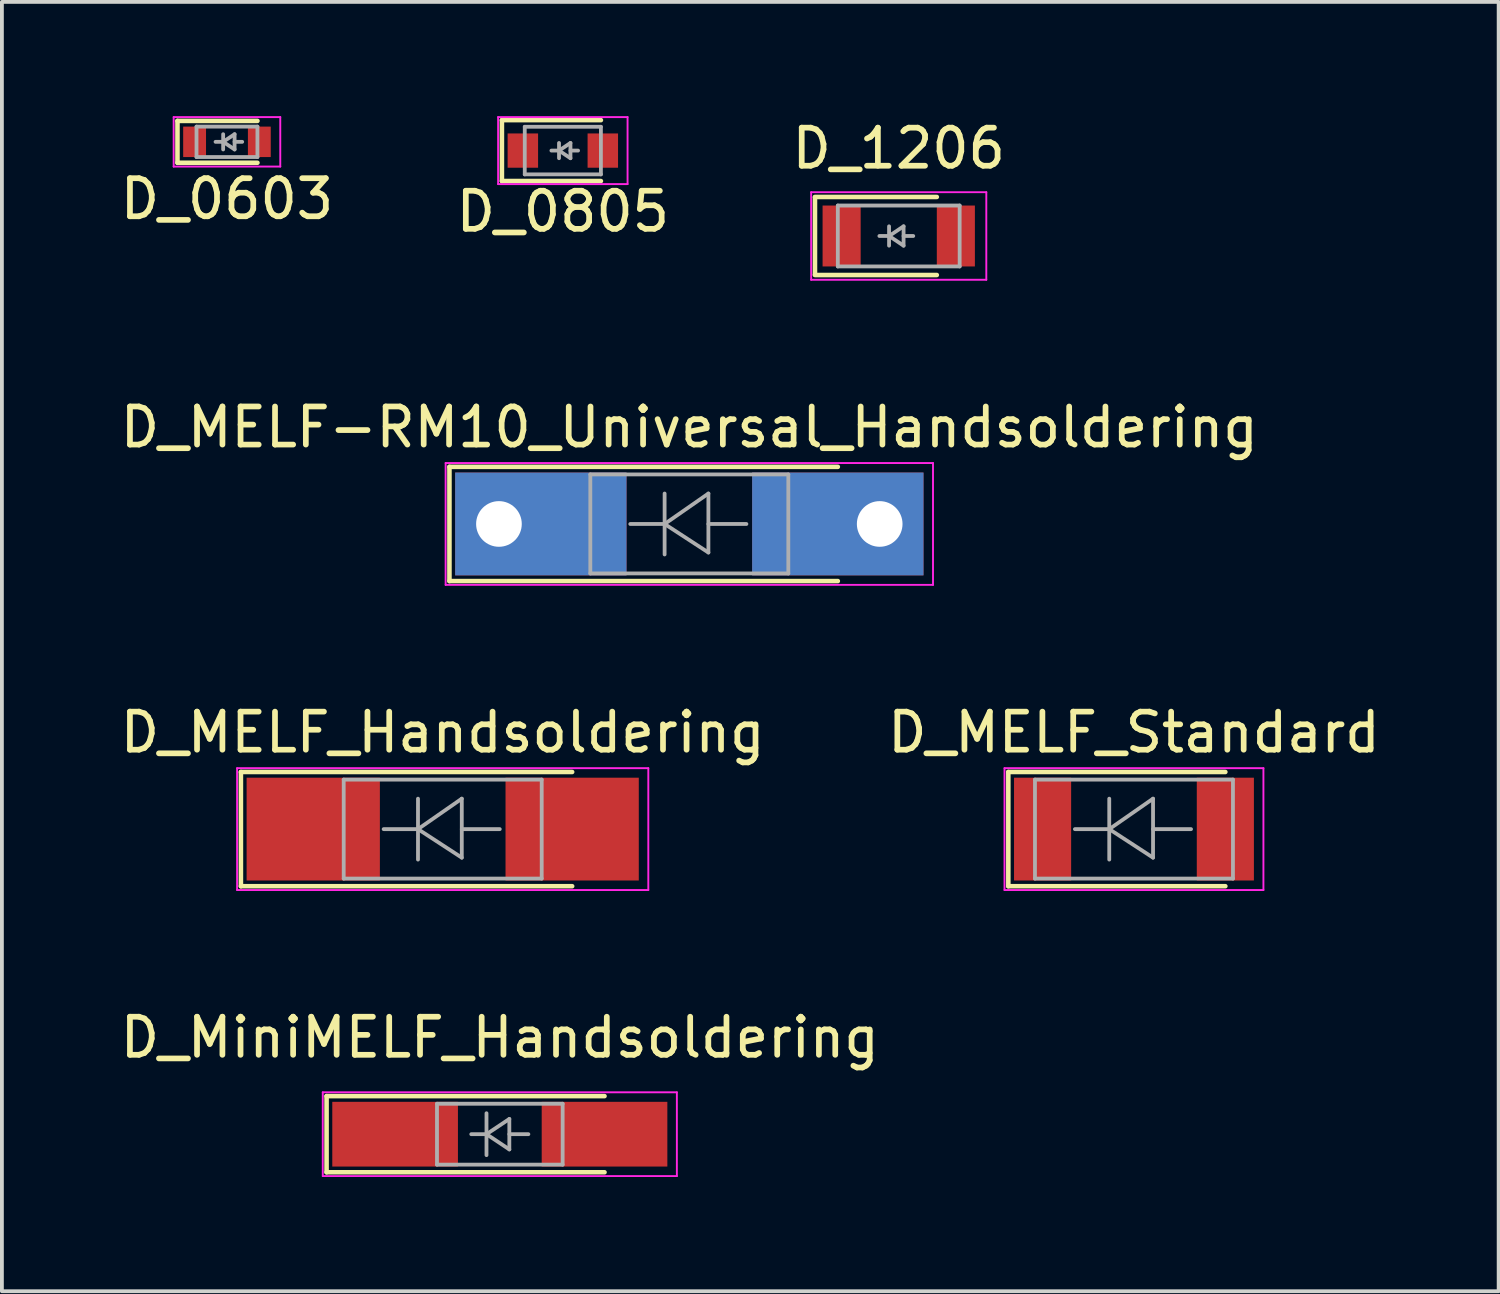
<source format=kicad_pcb>
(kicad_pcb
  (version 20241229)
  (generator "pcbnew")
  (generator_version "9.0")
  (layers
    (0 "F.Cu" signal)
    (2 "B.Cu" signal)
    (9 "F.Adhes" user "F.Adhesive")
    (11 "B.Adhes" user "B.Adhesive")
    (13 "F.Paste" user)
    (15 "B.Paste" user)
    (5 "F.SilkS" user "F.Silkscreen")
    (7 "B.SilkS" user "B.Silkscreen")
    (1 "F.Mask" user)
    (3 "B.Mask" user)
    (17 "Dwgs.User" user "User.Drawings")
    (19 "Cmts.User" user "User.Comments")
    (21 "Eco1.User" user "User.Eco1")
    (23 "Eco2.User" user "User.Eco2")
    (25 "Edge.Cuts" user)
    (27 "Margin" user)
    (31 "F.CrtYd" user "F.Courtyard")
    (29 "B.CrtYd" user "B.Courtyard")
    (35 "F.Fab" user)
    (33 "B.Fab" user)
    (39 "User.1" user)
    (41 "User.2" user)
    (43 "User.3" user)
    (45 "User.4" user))
  (footprint "D_0603"
    (layer "F.Cu")
    (at 2.911 0.675)
    (property "Reference" "D_0603" (at 0 1.5 0) (layer "F.SilkS") (effects (font (size 1 1) (thickness 0.15))))
    (attr smd)
    (fp_line (start -1.3 -0.55) (end -1.3 0.55) (stroke (width 0.12) (type solid)) (layer "F.SilkS"))
    (fp_line (start -1.3 -0.55) (end 0.8 -0.55) (stroke (width 0.12) (type solid)) (layer "F.SilkS"))
    (fp_line (start -1.3 0.55) (end 0.8 0.55) (stroke (width 0.12) (type solid)) (layer "F.SilkS"))
    (fp_line (start -1.4 -0.65) (end -1.4 0.65) (stroke (width 0.05) (type solid)) (layer "F.CrtYd"))
    (fp_line (start -1.4 0.65) (end 1.4 0.65) (stroke (width 0.05) (type solid)) (layer "F.CrtYd"))
    (fp_line (start 1.4 -0.65) (end -1.4 -0.65) (stroke (width 0.05) (type solid)) (layer "F.CrtYd"))
    (fp_line (start 1.4 0.65) (end 1.4 -0.65) (stroke (width 0.05) (type solid)) (layer "F.CrtYd"))
    (fp_line (start -0.8 -0.4) (end 0.8 -0.4) (stroke (width 0.1) (type solid)) (layer "F.Fab"))
    (fp_line (start -0.8 0.4) (end -0.8 -0.4) (stroke (width 0.1) (type solid)) (layer "F.Fab"))
    (fp_line (start -0.1 -0.2) (end -0.1 0.2) (stroke (width 0.1) (type solid)) (layer "F.Fab"))
    (fp_line (start -0.1 0) (end -0.3 0) (stroke (width 0.1) (type solid)) (layer "F.Fab"))
    (fp_line (start -0.1 0) (end 0.2 0.2) (stroke (width 0.1) (type solid)) (layer "F.Fab"))
    (fp_line (start 0.2 -0.2) (end -0.1 0) (stroke (width 0.1) (type solid)) (layer "F.Fab"))
    (fp_line (start 0.2 0) (end 0.4 0) (stroke (width 0.1) (type solid)) (layer "F.Fab"))
    (fp_line (start 0.2 0.2) (end 0.2 -0.2) (stroke (width 0.1) (type solid)) (layer "F.Fab"))
    (fp_line (start 0.8 -0.4) (end 0.8 0.4) (stroke (width 0.1) (type solid)) (layer "F.Fab"))
    (fp_line (start 0.8 0.4) (end -0.8 0.4) (stroke (width 0.1) (type solid)) (layer "F.Fab"))
    (pad "1" smd rect (at -0.85 0) (size 0.6 0.8) (layers "F.Cu" "F.Mask" "F.Paste"))
    (pad "2" smd rect (at 0.85 0) (size 0.6 0.8) (layers "F.Cu" "F.Mask" "F.Paste")))
  (footprint "D_MELF_Standard"
    (layer "F.Cu")
    (at 26.732 18.725)
    (property "Reference" "D_MELF_Standard" (at 0 -2.54 0) (layer "F.SilkS") (effects (font (size 1 1) (thickness 0.15))))
    (attr smd)
    (fp_line (start -3.3 -1.5) (end -3.3 1.5) (stroke (width 0.12) (type solid)) (layer "F.SilkS"))
    (fp_line (start -3.3 1.5) (end 2.4 1.5) (stroke (width 0.12) (type solid)) (layer "F.SilkS"))
    (fp_line (start 2.4 -1.5) (end -3.3 -1.5) (stroke (width 0.12) (type solid)) (layer "F.SilkS"))
    (fp_line (start -3.4 -1.6) (end 3.4 -1.6) (stroke (width 0.05) (type solid)) (layer "F.CrtYd"))
    (fp_line (start -3.4 1.6) (end -3.4 -1.6) (stroke (width 0.05) (type solid)) (layer "F.CrtYd"))
    (fp_line (start 3.4 -1.6) (end 3.4 1.6) (stroke (width 0.05) (type solid)) (layer "F.CrtYd"))
    (fp_line (start 3.4 1.6) (end -3.4 1.6) (stroke (width 0.05) (type solid)) (layer "F.CrtYd"))
    (fp_line (start -2.6 -1.3) (end -2.6 1.3) (stroke (width 0.1) (type solid)) (layer "F.Fab"))
    (fp_line (start -2.6 1.3) (end 2.6 1.3) (stroke (width 0.1) (type solid)) (layer "F.Fab"))
    (fp_line (start -0.649 -0.799) (end -0.649 0.801) (stroke (width 0.1) (type solid)) (layer "F.Fab"))
    (fp_line (start -0.649 0.001) (end -1.551 0.001) (stroke (width 0.1) (type solid)) (layer "F.Fab"))
    (fp_line (start -0.649 0.001) (end 0.501 -0.799) (stroke (width 0.1) (type solid)) (layer "F.Fab"))
    (fp_line (start -0.649 0.001) (end 0.501 0.75) (stroke (width 0.1) (type solid)) (layer "F.Fab"))
    (fp_line (start 0.501 0.001) (end 1.499 0.001) (stroke (width 0.1) (type solid)) (layer "F.Fab"))
    (fp_line (start 0.501 0.75) (end 0.501 -0.799) (stroke (width 0.1) (type solid)) (layer "F.Fab"))
    (fp_line (start 2.6 -1.3) (end -2.6 -1.3) (stroke (width 0.1) (type solid)) (layer "F.Fab"))
    (fp_line (start 2.6 1.3) (end 2.6 -1.3) (stroke (width 0.1) (type solid)) (layer "F.Fab"))
    (pad "1" smd rect (at -2.4 0) (size 1.5 2.7) (layers "F.Cu" "F.Mask" "F.Paste"))
    (pad "2" smd rect (at 2.4 0) (size 1.5 2.7) (layers "F.Cu" "F.Mask" "F.Paste")))
  (footprint "D_MELF-RM10_Universal_Handsoldering"
    (layer "F.Cu")
    (at 15.054 10.711)
    (property "Reference" "D_MELF-RM10_Universal_Handsoldering" (at 0 -2.54 0) (layer "F.SilkS") (effects (font (size 1 1) (thickness 0.15))))
    (attr through_hole)
    (fp_line (start -6.3 -1.5) (end -6.3 1.5) (stroke (width 0.12) (type solid)) (layer "F.SilkS"))
    (fp_line (start -6.3 1.5) (end 3.9 1.5) (stroke (width 0.12) (type solid)) (layer "F.SilkS"))
    (fp_line (start 3.9 -1.5) (end -6.3 -1.5) (stroke (width 0.12) (type solid)) (layer "F.SilkS"))
    (fp_line (start -6.4 -1.6) (end 6.4 -1.6) (stroke (width 0.05) (type solid)) (layer "F.CrtYd"))
    (fp_line (start -6.4 1.6) (end -6.4 -1.6) (stroke (width 0.05) (type solid)) (layer "F.CrtYd"))
    (fp_line (start 6.4 -1.6) (end 6.4 1.6) (stroke (width 0.05) (type solid)) (layer "F.CrtYd"))
    (fp_line (start 6.4 1.6) (end -6.4 1.6) (stroke (width 0.05) (type solid)) (layer "F.CrtYd"))
    (fp_line (start -2.6 -1.3) (end -2.6 1.3) (stroke (width 0.1) (type solid)) (layer "F.Fab"))
    (fp_line (start -2.6 1.3) (end 2.6 1.3) (stroke (width 0.1) (type solid)) (layer "F.Fab"))
    (fp_line (start -0.649 -0.799) (end -0.649 0.801) (stroke (width 0.1) (type solid)) (layer "F.Fab"))
    (fp_line (start -0.649 0.001) (end -1.551 0.001) (stroke (width 0.1) (type solid)) (layer "F.Fab"))
    (fp_line (start -0.649 0.001) (end 0.501 -0.799) (stroke (width 0.1) (type solid)) (layer "F.Fab"))
    (fp_line (start -0.649 0.001) (end 0.501 0.75) (stroke (width 0.1) (type solid)) (layer "F.Fab"))
    (fp_line (start 0.501 0.001) (end 1.499 0.001) (stroke (width 0.1) (type solid)) (layer "F.Fab"))
    (fp_line (start 0.501 0.75) (end 0.501 -0.799) (stroke (width 0.1) (type solid)) (layer "F.Fab"))
    (fp_line (start 2.6 -1.3) (end -2.6 -1.3) (stroke (width 0.1) (type solid)) (layer "F.Fab"))
    (fp_line (start 2.6 1.3) (end 2.6 -1.3) (stroke (width 0.1) (type solid)) (layer "F.Fab"))
    (pad "1" thru_hole rect (at -5 0) (size 4.5 2.7) (drill 1.199 (offset 1.1 0)) (layers "*.Cu" "*.Mask"))
    (pad "2" thru_hole rect (at 5 0 180) (size 4.5 2.7) (drill 1.199 (offset 1.1 0)) (layers "*.Cu" "*.Mask")))
  (footprint "D_1206"
    (layer "F.Cu")
    (at 20.554 3.148)
    (property "Reference" "D_1206" (at 0 -2.3 0) (layer "F.SilkS") (effects (font (size 1 1) (thickness 0.15))))
    (attr smd)
    (fp_line (start -2.2 -1.016) (end -2.2 1.016) (stroke (width 0.12) (type solid)) (layer "F.SilkS"))
    (fp_line (start -2.2 1.025) (end 1 1.025) (stroke (width 0.12) (type solid)) (layer "F.SilkS"))
    (fp_line (start 1 -1.025) (end -2.2 -1.025) (stroke (width 0.12) (type solid)) (layer "F.SilkS"))
    (fp_line (start -2.3 -1.15) (end -2.3 1.15) (stroke (width 0.05) (type solid)) (layer "F.CrtYd"))
    (fp_line (start -2.3 -1.15) (end 2.3 -1.15) (stroke (width 0.05) (type solid)) (layer "F.CrtYd"))
    (fp_line (start -2.3 1.15) (end 2.3 1.15) (stroke (width 0.05) (type solid)) (layer "F.CrtYd"))
    (fp_line (start 2.3 -1.15) (end 2.3 1.15) (stroke (width 0.05) (type solid)) (layer "F.CrtYd"))
    (fp_line (start -1.6 -0.8) (end 1.6 -0.8) (stroke (width 0.1) (type solid)) (layer "F.Fab"))
    (fp_line (start -1.6 0.8) (end -1.6 -0.8) (stroke (width 0.1) (type solid)) (layer "F.Fab"))
    (fp_line (start -0.254 -0.254) (end -0.254 0.254) (stroke (width 0.1) (type solid)) (layer "F.Fab"))
    (fp_line (start -0.254 0) (end -0.508 0) (stroke (width 0.1) (type solid)) (layer "F.Fab"))
    (fp_line (start -0.254 0) (end 0.127 -0.254) (stroke (width 0.1) (type solid)) (layer "F.Fab"))
    (fp_line (start 0.127 -0.254) (end 0.127 0.254) (stroke (width 0.1) (type solid)) (layer "F.Fab"))
    (fp_line (start 0.127 0) (end 0.381 0) (stroke (width 0.1) (type solid)) (layer "F.Fab"))
    (fp_line (start 0.127 0.254) (end -0.254 0) (stroke (width 0.1) (type solid)) (layer "F.Fab"))
    (fp_line (start 1.6 -0.8) (end 1.6 0.8) (stroke (width 0.1) (type solid)) (layer "F.Fab"))
    (fp_line (start 1.6 0.8) (end -1.6 0.8) (stroke (width 0.1) (type solid)) (layer "F.Fab"))
    (pad "1" smd rect (at -1.5 0) (size 1 1.6) (layers "F.Cu" "F.Mask" "F.Paste"))
    (pad "2" smd rect (at 1.5 0) (size 1 1.6) (layers "F.Cu" "F.Mask" "F.Paste")))
  (footprint "D_MELF_Handsoldering"
    (layer "F.Cu")
    (at 8.577 18.725)
    (property "Reference" "D_MELF_Handsoldering" (at 0 -2.54 0) (layer "F.SilkS") (effects (font (size 1 1) (thickness 0.15))))
    (attr smd)
    (fp_line (start -5.3 -1.5) (end -5.3 1.5) (stroke (width 0.12) (type solid)) (layer "F.SilkS"))
    (fp_line (start -5.3 1.5) (end 3.4 1.5) (stroke (width 0.12) (type solid)) (layer "F.SilkS"))
    (fp_line (start 3.4 -1.5) (end -5.3 -1.5) (stroke (width 0.12) (type solid)) (layer "F.SilkS"))
    (fp_line (start -5.4 -1.6) (end 5.4 -1.6) (stroke (width 0.05) (type solid)) (layer "F.CrtYd"))
    (fp_line (start -5.4 1.6) (end -5.4 -1.6) (stroke (width 0.05) (type solid)) (layer "F.CrtYd"))
    (fp_line (start 5.4 -1.6) (end 5.4 1.6) (stroke (width 0.05) (type solid)) (layer "F.CrtYd"))
    (fp_line (start 5.4 1.6) (end -5.4 1.6) (stroke (width 0.05) (type solid)) (layer "F.CrtYd"))
    (fp_line (start -2.6 -1.3) (end -2.6 1.3) (stroke (width 0.1) (type solid)) (layer "F.Fab"))
    (fp_line (start -2.6 1.3) (end 2.6 1.3) (stroke (width 0.1) (type solid)) (layer "F.Fab"))
    (fp_line (start -0.649 -0.799) (end -0.649 0.801) (stroke (width 0.1) (type solid)) (layer "F.Fab"))
    (fp_line (start -0.649 0.001) (end -1.551 0.001) (stroke (width 0.1) (type solid)) (layer "F.Fab"))
    (fp_line (start -0.649 0.001) (end 0.501 -0.799) (stroke (width 0.1) (type solid)) (layer "F.Fab"))
    (fp_line (start -0.649 0.001) (end 0.501 0.75) (stroke (width 0.1) (type solid)) (layer "F.Fab"))
    (fp_line (start 0.501 0.001) (end 1.499 0.001) (stroke (width 0.1) (type solid)) (layer "F.Fab"))
    (fp_line (start 0.501 0.75) (end 0.501 -0.799) (stroke (width 0.1) (type solid)) (layer "F.Fab"))
    (fp_line (start 2.6 -1.3) (end -2.6 -1.3) (stroke (width 0.1) (type solid)) (layer "F.Fab"))
    (fp_line (start 2.6 1.3) (end 2.6 -1.3) (stroke (width 0.1) (type solid)) (layer "F.Fab"))
    (pad "1" smd rect (at -3.4 0) (size 3.5 2.7) (layers "F.Cu" "F.Mask" "F.Paste"))
    (pad "2" smd rect (at 3.4 0) (size 3.5 2.7) (layers "F.Cu" "F.Mask" "F.Paste")))
  (footprint "D_MiniMELF_Handsoldering"
    (layer "F.Cu")
    (at 10.077 26.738)
    (property "Reference" "D_MiniMELF_Handsoldering" (at 0 -2.54 0) (layer "F.SilkS") (effects (font (size 1 1) (thickness 0.15))))
    (attr smd)
    (fp_line (start -4.55 -1) (end -4.55 1) (stroke (width 0.12) (type solid)) (layer "F.SilkS"))
    (fp_line (start -4.55 1) (end 2.75 1) (stroke (width 0.12) (type solid)) (layer "F.SilkS"))
    (fp_line (start 2.75 -1) (end -4.55 -1) (stroke (width 0.12) (type solid)) (layer "F.SilkS"))
    (fp_line (start -4.65 -1.1) (end 4.65 -1.1) (stroke (width 0.05) (type solid)) (layer "F.CrtYd"))
    (fp_line (start -4.65 1.1) (end -4.65 -1.1) (stroke (width 0.05) (type solid)) (layer "F.CrtYd"))
    (fp_line (start 4.65 -1.1) (end 4.65 1.1) (stroke (width 0.05) (type solid)) (layer "F.CrtYd"))
    (fp_line (start 4.65 1.1) (end -4.65 1.1) (stroke (width 0.05) (type solid)) (layer "F.CrtYd"))
    (fp_line (start -1.65 -0.8) (end 1.65 -0.8) (stroke (width 0.1) (type solid)) (layer "F.Fab"))
    (fp_line (start -1.65 0.8) (end -1.65 -0.8) (stroke (width 0.1) (type solid)) (layer "F.Fab"))
    (fp_line (start -0.75 0) (end -0.35 0) (stroke (width 0.1) (type solid)) (layer "F.Fab"))
    (fp_line (start -0.35 0) (end -0.35 -0.55) (stroke (width 0.1) (type solid)) (layer "F.Fab"))
    (fp_line (start -0.35 0) (end -0.35 0.55) (stroke (width 0.1) (type solid)) (layer "F.Fab"))
    (fp_line (start -0.35 0) (end 0.25 -0.4) (stroke (width 0.1) (type solid)) (layer "F.Fab"))
    (fp_line (start 0.25 -0.4) (end 0.25 0.4) (stroke (width 0.1) (type solid)) (layer "F.Fab"))
    (fp_line (start 0.25 0) (end 0.75 0) (stroke (width 0.1) (type solid)) (layer "F.Fab"))
    (fp_line (start 0.25 0.4) (end -0.35 0) (stroke (width 0.1) (type solid)) (layer "F.Fab"))
    (fp_line (start 1.65 -0.8) (end 1.65 0.8) (stroke (width 0.1) (type solid)) (layer "F.Fab"))
    (fp_line (start 1.65 0.8) (end -1.65 0.8) (stroke (width 0.1) (type solid)) (layer "F.Fab"))
    (pad "1" smd rect (at -2.75 0) (size 3.3 1.7) (layers "F.Cu" "F.Mask" "F.Paste"))
    (pad "2" smd rect (at 2.75 0) (size 3.3 1.7) (layers "F.Cu" "F.Mask" "F.Paste")))
  (footprint "D_0805"
    (layer "F.Cu")
    (at 11.732 0.905)
    (property "Reference" "D_0805" (at 0 1.6 0) (layer "F.SilkS") (effects (font (size 1 1) (thickness 0.15))))
    (attr smd)
    (fp_line (start -1.6 -0.8) (end -1.6 0.8) (stroke (width 0.12) (type solid)) (layer "F.SilkS"))
    (fp_line (start -1.6 -0.8) (end 1 -0.8) (stroke (width 0.12) (type solid)) (layer "F.SilkS"))
    (fp_line (start -1.6 0.8) (end 1 0.8) (stroke (width 0.12) (type solid)) (layer "F.SilkS"))
    (fp_line (start -1.7 -0.88) (end 1.7 -0.88) (stroke (width 0.05) (type solid)) (layer "F.CrtYd"))
    (fp_line (start -1.7 0.88) (end -1.7 -0.88) (stroke (width 0.05) (type solid)) (layer "F.CrtYd"))
    (fp_line (start 1.7 -0.88) (end 1.7 0.88) (stroke (width 0.05) (type solid)) (layer "F.CrtYd"))
    (fp_line (start 1.7 0.88) (end -1.7 0.88) (stroke (width 0.05) (type solid)) (layer "F.CrtYd"))
    (fp_line (start -1 -0.625) (end 1 -0.625) (stroke (width 0.1) (type solid)) (layer "F.Fab"))
    (fp_line (start -1 0.625) (end -1 -0.625) (stroke (width 0.1) (type solid)) (layer "F.Fab"))
    (fp_line (start -0.1 -0.2) (end -0.1 0.2) (stroke (width 0.1) (type solid)) (layer "F.Fab"))
    (fp_line (start -0.1 0) (end -0.3 0) (stroke (width 0.1) (type solid)) (layer "F.Fab"))
    (fp_line (start -0.1 0) (end 0.2 0.2) (stroke (width 0.1) (type solid)) (layer "F.Fab"))
    (fp_line (start 0.2 -0.2) (end -0.1 0) (stroke (width 0.1) (type solid)) (layer "F.Fab"))
    (fp_line (start 0.2 0) (end 0.4 0) (stroke (width 0.1) (type solid)) (layer "F.Fab"))
    (fp_line (start 0.2 0.2) (end 0.2 -0.2) (stroke (width 0.1) (type solid)) (layer "F.Fab"))
    (fp_line (start 1 -0.625) (end 1 0.625) (stroke (width 0.1) (type solid)) (layer "F.Fab"))
    (fp_line (start 1 0.625) (end -1 0.625) (stroke (width 0.1) (type solid)) (layer "F.Fab"))
    (pad "1" smd rect (at -1.05 0) (size 0.8 0.9) (layers "F.Cu" "F.Mask" "F.Paste"))
    (pad "2" smd rect (at 1.05 0) (size 0.8 0.9) (layers "F.Cu" "F.Mask" "F.Paste")))
  (gr_rect
    (start -3 -3)
    (end 36.31 30.863)
    (stroke (width 0.1) (type default))
    (fill no)
    (layer "Edge.Cuts")))
</source>
